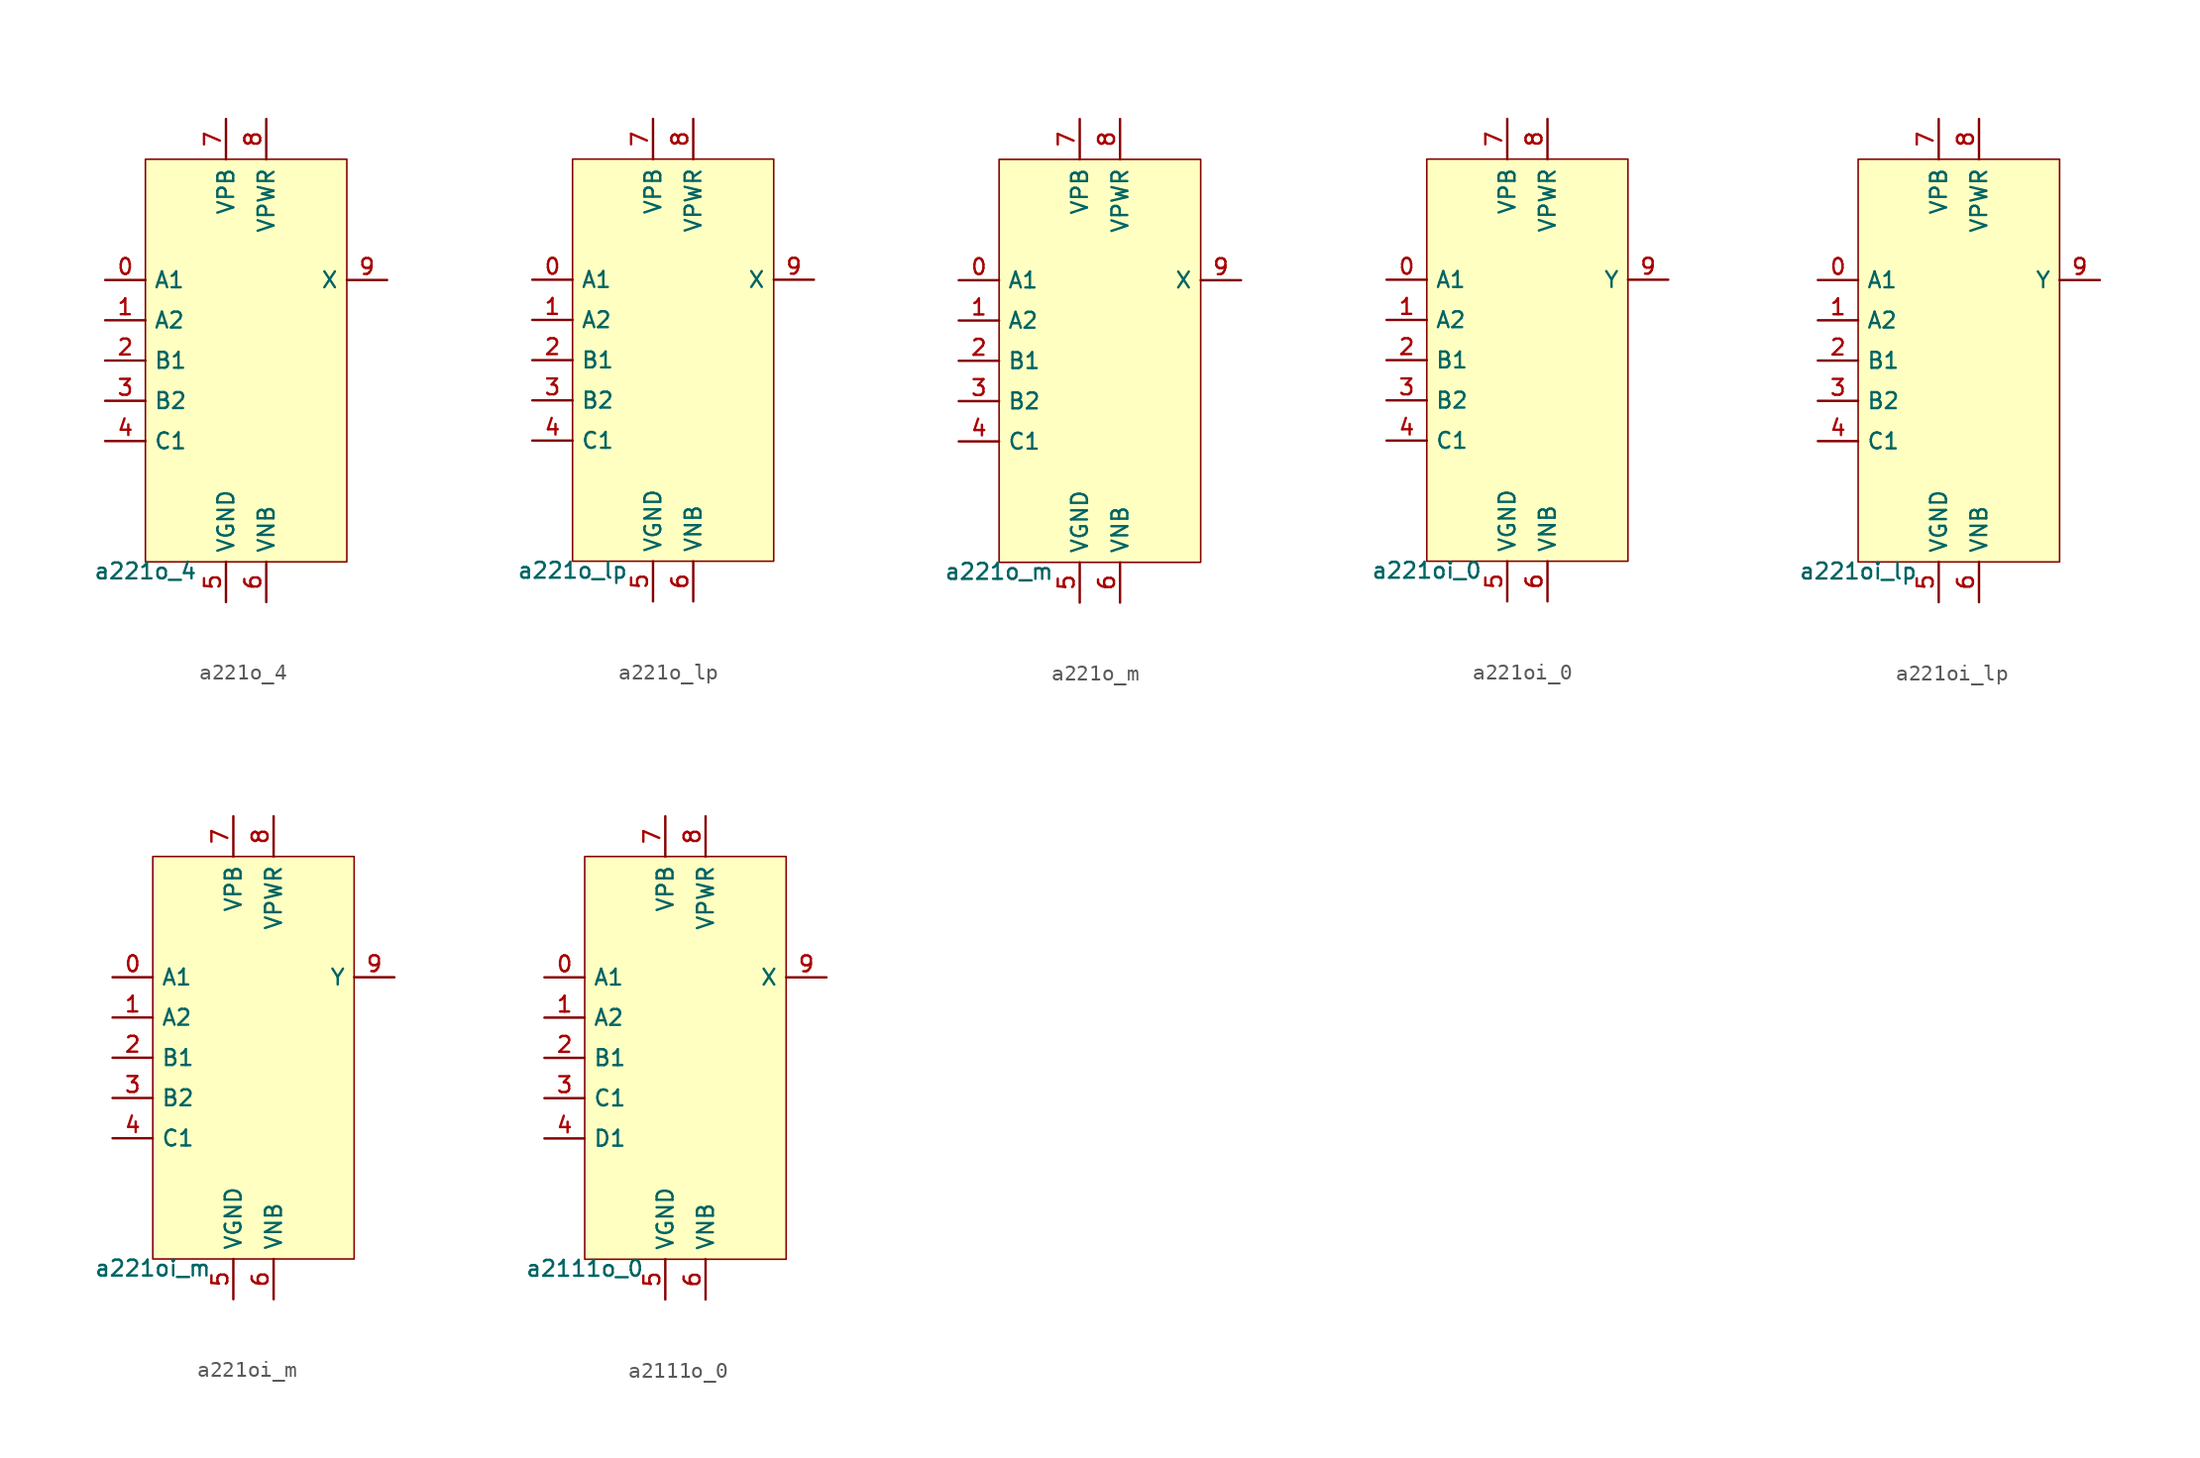
<source format=kicad_sym>
(kicad_symbol_lib
  (version 20211014)
  (generator pdk2kicad)
  (symbol "a221o_4"
    (property "Reference" "X"
      (at 0 0 0)
      (effects (font (size 1 1)) hide))
    (property "Value" "a221o_4"
      (at -6.35 -12.7 0)
      (effects (font (size 1 1)) (justify top)))
    (rectangle
      (start -6.35 -12.7)
      (end 6.35 12.7)
      (stroke (width 0.1) (type solid) (color 0 0 0 0))
      (fill (type background)))
    (pin input line
      (at -8.89 5.08 0)
      (length 2.54)
      (name "A1" (effects (font (size 1 1)) hide))
      (number "0" (effects (font (size 1 1)) hide)))
    (pin input line
      (at -8.89 2.54 0)
      (length 2.54)
      (name "A2" (effects (font (size 1 1)) hide))
      (number "1" (effects (font (size 1 1)) hide)))
    (pin input line
      (at -8.89 -8.881784197001252e-16 0)
      (length 2.54)
      (name "B1" (effects (font (size 1 1)) hide))
      (number "2" (effects (font (size 1 1)) hide)))
    (pin input line
      (at -8.89 -2.54 0)
      (length 2.54)
      (name "B2" (effects (font (size 1 1)) hide))
      (number "3" (effects (font (size 1 1)) hide)))
    (pin input line
      (at -8.89 -5.08 0)
      (length 2.54)
      (name "C1" (effects (font (size 1 1)) hide))
      (number "4" (effects (font (size 1 1)) hide)))
    (pin power_in line
      (at -1.27 -15.24 90)
      (length 2.54)
      (name "VGND" (effects (font (size 1 1)) hide))
      (number "5" (effects (font (size 1 1)) hide)))
    (pin power_in line
      (at 1.27 -15.24 90)
      (length 2.54)
      (name "VNB" (effects (font (size 1 1)) hide))
      (number "6" (effects (font (size 1 1)) hide)))
    (pin power_in line
      (at -1.27 15.24 270)
      (length 2.54)
      (name "VPB" (effects (font (size 1 1)) hide))
      (number "7" (effects (font (size 1 1)) hide)))
    (pin power_in line
      (at 1.27 15.24 270)
      (length 2.54)
      (name "VPWR" (effects (font (size 1 1)) hide))
      (number "8" (effects (font (size 1 1)) hide)))
    (pin output line
      (at 8.89 5.08 180)
      (length 2.54)
      (name "X" (effects (font (size 1 1)) hide))
      (number "9" (effects (font (size 1 1)) hide))))
  (symbol "a221o_lp"
    (property "Reference" "X"
      (at 0 0 0)
      (effects (font (size 1 1)) hide))
    (property "Value" "a221o_lp"
      (at -6.35 -12.7 0)
      (effects (font (size 1 1)) (justify top)))
    (rectangle
      (start -6.35 -12.7)
      (end 6.35 12.7)
      (stroke (width 0.1) (type solid) (color 0 0 0 0))
      (fill (type background)))
    (pin input line
      (at -8.89 5.08 0)
      (length 2.54)
      (name "A1" (effects (font (size 1 1)) hide))
      (number "0" (effects (font (size 1 1)) hide)))
    (pin input line
      (at -8.89 2.54 0)
      (length 2.54)
      (name "A2" (effects (font (size 1 1)) hide))
      (number "1" (effects (font (size 1 1)) hide)))
    (pin input line
      (at -8.89 -8.881784197001252e-16 0)
      (length 2.54)
      (name "B1" (effects (font (size 1 1)) hide))
      (number "2" (effects (font (size 1 1)) hide)))
    (pin input line
      (at -8.89 -2.54 0)
      (length 2.54)
      (name "B2" (effects (font (size 1 1)) hide))
      (number "3" (effects (font (size 1 1)) hide)))
    (pin input line
      (at -8.89 -5.08 0)
      (length 2.54)
      (name "C1" (effects (font (size 1 1)) hide))
      (number "4" (effects (font (size 1 1)) hide)))
    (pin power_in line
      (at -1.27 -15.24 90)
      (length 2.54)
      (name "VGND" (effects (font (size 1 1)) hide))
      (number "5" (effects (font (size 1 1)) hide)))
    (pin power_in line
      (at 1.27 -15.24 90)
      (length 2.54)
      (name "VNB" (effects (font (size 1 1)) hide))
      (number "6" (effects (font (size 1 1)) hide)))
    (pin power_in line
      (at -1.27 15.24 270)
      (length 2.54)
      (name "VPB" (effects (font (size 1 1)) hide))
      (number "7" (effects (font (size 1 1)) hide)))
    (pin power_in line
      (at 1.27 15.24 270)
      (length 2.54)
      (name "VPWR" (effects (font (size 1 1)) hide))
      (number "8" (effects (font (size 1 1)) hide)))
    (pin output line
      (at 8.89 5.08 180)
      (length 2.54)
      (name "X" (effects (font (size 1 1)) hide))
      (number "9" (effects (font (size 1 1)) hide))))
  (symbol "a221o_m"
    (property "Reference" "X"
      (at 0 0 0)
      (effects (font (size 1 1)) hide))
    (property "Value" "a221o_m"
      (at -6.35 -12.7 0)
      (effects (font (size 1 1)) (justify top)))
    (rectangle
      (start -6.35 -12.7)
      (end 6.35 12.7)
      (stroke (width 0.1) (type solid) (color 0 0 0 0))
      (fill (type background)))
    (pin input line
      (at -8.89 5.08 0)
      (length 2.54)
      (name "A1" (effects (font (size 1 1)) hide))
      (number "0" (effects (font (size 1 1)) hide)))
    (pin input line
      (at -8.89 2.54 0)
      (length 2.54)
      (name "A2" (effects (font (size 1 1)) hide))
      (number "1" (effects (font (size 1 1)) hide)))
    (pin input line
      (at -8.89 -8.881784197001252e-16 0)
      (length 2.54)
      (name "B1" (effects (font (size 1 1)) hide))
      (number "2" (effects (font (size 1 1)) hide)))
    (pin input line
      (at -8.89 -2.54 0)
      (length 2.54)
      (name "B2" (effects (font (size 1 1)) hide))
      (number "3" (effects (font (size 1 1)) hide)))
    (pin input line
      (at -8.89 -5.08 0)
      (length 2.54)
      (name "C1" (effects (font (size 1 1)) hide))
      (number "4" (effects (font (size 1 1)) hide)))
    (pin power_in line
      (at -1.27 -15.24 90)
      (length 2.54)
      (name "VGND" (effects (font (size 1 1)) hide))
      (number "5" (effects (font (size 1 1)) hide)))
    (pin power_in line
      (at 1.27 -15.24 90)
      (length 2.54)
      (name "VNB" (effects (font (size 1 1)) hide))
      (number "6" (effects (font (size 1 1)) hide)))
    (pin power_in line
      (at -1.27 15.24 270)
      (length 2.54)
      (name "VPB" (effects (font (size 1 1)) hide))
      (number "7" (effects (font (size 1 1)) hide)))
    (pin power_in line
      (at 1.27 15.24 270)
      (length 2.54)
      (name "VPWR" (effects (font (size 1 1)) hide))
      (number "8" (effects (font (size 1 1)) hide)))
    (pin output line
      (at 8.89 5.08 180)
      (length 2.54)
      (name "X" (effects (font (size 1 1)) hide))
      (number "9" (effects (font (size 1 1)) hide))))
  (symbol "a221oi_0"
    (property "Reference" "X"
      (at 0 0 0)
      (effects (font (size 1 1)) hide))
    (property "Value" "a221oi_0"
      (at -6.35 -12.7 0)
      (effects (font (size 1 1)) (justify top)))
    (rectangle
      (start -6.35 -12.7)
      (end 6.35 12.7)
      (stroke (width 0.1) (type solid) (color 0 0 0 0))
      (fill (type background)))
    (pin input line
      (at -8.89 5.08 0)
      (length 2.54)
      (name "A1" (effects (font (size 1 1)) hide))
      (number "0" (effects (font (size 1 1)) hide)))
    (pin input line
      (at -8.89 2.54 0)
      (length 2.54)
      (name "A2" (effects (font (size 1 1)) hide))
      (number "1" (effects (font (size 1 1)) hide)))
    (pin input line
      (at -8.89 -8.881784197001252e-16 0)
      (length 2.54)
      (name "B1" (effects (font (size 1 1)) hide))
      (number "2" (effects (font (size 1 1)) hide)))
    (pin input line
      (at -8.89 -2.54 0)
      (length 2.54)
      (name "B2" (effects (font (size 1 1)) hide))
      (number "3" (effects (font (size 1 1)) hide)))
    (pin input line
      (at -8.89 -5.08 0)
      (length 2.54)
      (name "C1" (effects (font (size 1 1)) hide))
      (number "4" (effects (font (size 1 1)) hide)))
    (pin power_in line
      (at -1.27 -15.24 90)
      (length 2.54)
      (name "VGND" (effects (font (size 1 1)) hide))
      (number "5" (effects (font (size 1 1)) hide)))
    (pin power_in line
      (at 1.27 -15.24 90)
      (length 2.54)
      (name "VNB" (effects (font (size 1 1)) hide))
      (number "6" (effects (font (size 1 1)) hide)))
    (pin power_in line
      (at -1.27 15.24 270)
      (length 2.54)
      (name "VPB" (effects (font (size 1 1)) hide))
      (number "7" (effects (font (size 1 1)) hide)))
    (pin power_in line
      (at 1.27 15.24 270)
      (length 2.54)
      (name "VPWR" (effects (font (size 1 1)) hide))
      (number "8" (effects (font (size 1 1)) hide)))
    (pin output line
      (at 8.89 5.08 180)
      (length 2.54)
      (name "Y" (effects (font (size 1 1)) hide))
      (number "9" (effects (font (size 1 1)) hide))))
  (symbol "a221oi_lp"
    (property "Reference" "X"
      (at 0 0 0)
      (effects (font (size 1 1)) hide))
    (property "Value" "a221oi_lp"
      (at -6.35 -12.7 0)
      (effects (font (size 1 1)) (justify top)))
    (rectangle
      (start -6.35 -12.7)
      (end 6.35 12.7)
      (stroke (width 0.1) (type solid) (color 0 0 0 0))
      (fill (type background)))
    (pin input line
      (at -8.89 5.08 0)
      (length 2.54)
      (name "A1" (effects (font (size 1 1)) hide))
      (number "0" (effects (font (size 1 1)) hide)))
    (pin input line
      (at -8.89 2.54 0)
      (length 2.54)
      (name "A2" (effects (font (size 1 1)) hide))
      (number "1" (effects (font (size 1 1)) hide)))
    (pin input line
      (at -8.89 -8.881784197001252e-16 0)
      (length 2.54)
      (name "B1" (effects (font (size 1 1)) hide))
      (number "2" (effects (font (size 1 1)) hide)))
    (pin input line
      (at -8.89 -2.54 0)
      (length 2.54)
      (name "B2" (effects (font (size 1 1)) hide))
      (number "3" (effects (font (size 1 1)) hide)))
    (pin input line
      (at -8.89 -5.08 0)
      (length 2.54)
      (name "C1" (effects (font (size 1 1)) hide))
      (number "4" (effects (font (size 1 1)) hide)))
    (pin power_in line
      (at -1.27 -15.24 90)
      (length 2.54)
      (name "VGND" (effects (font (size 1 1)) hide))
      (number "5" (effects (font (size 1 1)) hide)))
    (pin power_in line
      (at 1.27 -15.24 90)
      (length 2.54)
      (name "VNB" (effects (font (size 1 1)) hide))
      (number "6" (effects (font (size 1 1)) hide)))
    (pin power_in line
      (at -1.27 15.24 270)
      (length 2.54)
      (name "VPB" (effects (font (size 1 1)) hide))
      (number "7" (effects (font (size 1 1)) hide)))
    (pin power_in line
      (at 1.27 15.24 270)
      (length 2.54)
      (name "VPWR" (effects (font (size 1 1)) hide))
      (number "8" (effects (font (size 1 1)) hide)))
    (pin output line
      (at 8.89 5.08 180)
      (length 2.54)
      (name "Y" (effects (font (size 1 1)) hide))
      (number "9" (effects (font (size 1 1)) hide))))
  (symbol "a221oi_m"
    (property "Reference" "X"
      (at 0 0 0)
      (effects (font (size 1 1)) hide))
    (property "Value" "a221oi_m"
      (at -6.35 -12.7 0)
      (effects (font (size 1 1)) (justify top)))
    (rectangle
      (start -6.35 -12.7)
      (end 6.35 12.7)
      (stroke (width 0.1) (type solid) (color 0 0 0 0))
      (fill (type background)))
    (pin input line
      (at -8.89 5.08 0)
      (length 2.54)
      (name "A1" (effects (font (size 1 1)) hide))
      (number "0" (effects (font (size 1 1)) hide)))
    (pin input line
      (at -8.89 2.54 0)
      (length 2.54)
      (name "A2" (effects (font (size 1 1)) hide))
      (number "1" (effects (font (size 1 1)) hide)))
    (pin input line
      (at -8.89 -8.881784197001252e-16 0)
      (length 2.54)
      (name "B1" (effects (font (size 1 1)) hide))
      (number "2" (effects (font (size 1 1)) hide)))
    (pin input line
      (at -8.89 -2.54 0)
      (length 2.54)
      (name "B2" (effects (font (size 1 1)) hide))
      (number "3" (effects (font (size 1 1)) hide)))
    (pin input line
      (at -8.89 -5.08 0)
      (length 2.54)
      (name "C1" (effects (font (size 1 1)) hide))
      (number "4" (effects (font (size 1 1)) hide)))
    (pin power_in line
      (at -1.27 -15.24 90)
      (length 2.54)
      (name "VGND" (effects (font (size 1 1)) hide))
      (number "5" (effects (font (size 1 1)) hide)))
    (pin power_in line
      (at 1.27 -15.24 90)
      (length 2.54)
      (name "VNB" (effects (font (size 1 1)) hide))
      (number "6" (effects (font (size 1 1)) hide)))
    (pin power_in line
      (at -1.27 15.24 270)
      (length 2.54)
      (name "VPB" (effects (font (size 1 1)) hide))
      (number "7" (effects (font (size 1 1)) hide)))
    (pin power_in line
      (at 1.27 15.24 270)
      (length 2.54)
      (name "VPWR" (effects (font (size 1 1)) hide))
      (number "8" (effects (font (size 1 1)) hide)))
    (pin output line
      (at 8.89 5.08 180)
      (length 2.54)
      (name "Y" (effects (font (size 1 1)) hide))
      (number "9" (effects (font (size 1 1)) hide))))
  (symbol "a2111o_0"
    (property "Reference" "X"
      (at 0 0 0)
      (effects (font (size 1 1)) hide))
    (property "Value" "a2111o_0"
      (at -6.35 -12.7 0)
      (effects (font (size 1 1)) (justify top)))
    (rectangle
      (start -6.35 -12.7)
      (end 6.35 12.7)
      (stroke (width 0.1) (type solid) (color 0 0 0 0))
      (fill (type background)))
    (pin input line
      (at -8.89 5.08 0)
      (length 2.54)
      (name "A1" (effects (font (size 1 1)) hide))
      (number "0" (effects (font (size 1 1)) hide)))
    (pin input line
      (at -8.89 2.54 0)
      (length 2.54)
      (name "A2" (effects (font (size 1 1)) hide))
      (number "1" (effects (font (size 1 1)) hide)))
    (pin input line
      (at -8.89 -8.881784197001252e-16 0)
      (length 2.54)
      (name "B1" (effects (font (size 1 1)) hide))
      (number "2" (effects (font (size 1 1)) hide)))
    (pin input line
      (at -8.89 -2.54 0)
      (length 2.54)
      (name "C1" (effects (font (size 1 1)) hide))
      (number "3" (effects (font (size 1 1)) hide)))
    (pin input line
      (at -8.89 -5.08 0)
      (length 2.54)
      (name "D1" (effects (font (size 1 1)) hide))
      (number "4" (effects (font (size 1 1)) hide)))
    (pin power_in line
      (at -1.27 -15.24 90)
      (length 2.54)
      (name "VGND" (effects (font (size 1 1)) hide))
      (number "5" (effects (font (size 1 1)) hide)))
    (pin power_in line
      (at 1.27 -15.24 90)
      (length 2.54)
      (name "VNB" (effects (font (size 1 1)) hide))
      (number "6" (effects (font (size 1 1)) hide)))
    (pin power_in line
      (at -1.27 15.24 270)
      (length 2.54)
      (name "VPB" (effects (font (size 1 1)) hide))
      (number "7" (effects (font (size 1 1)) hide)))
    (pin power_in line
      (at 1.27 15.24 270)
      (length 2.54)
      (name "VPWR" (effects (font (size 1 1)) hide))
      (number "8" (effects (font (size 1 1)) hide)))
    (pin output line
      (at 8.89 5.08 180)
      (length 2.54)
      (name "X" (effects (font (size 1 1)) hide))
      (number "9" (effects (font (size 1 1)) hide)))))
</source>
